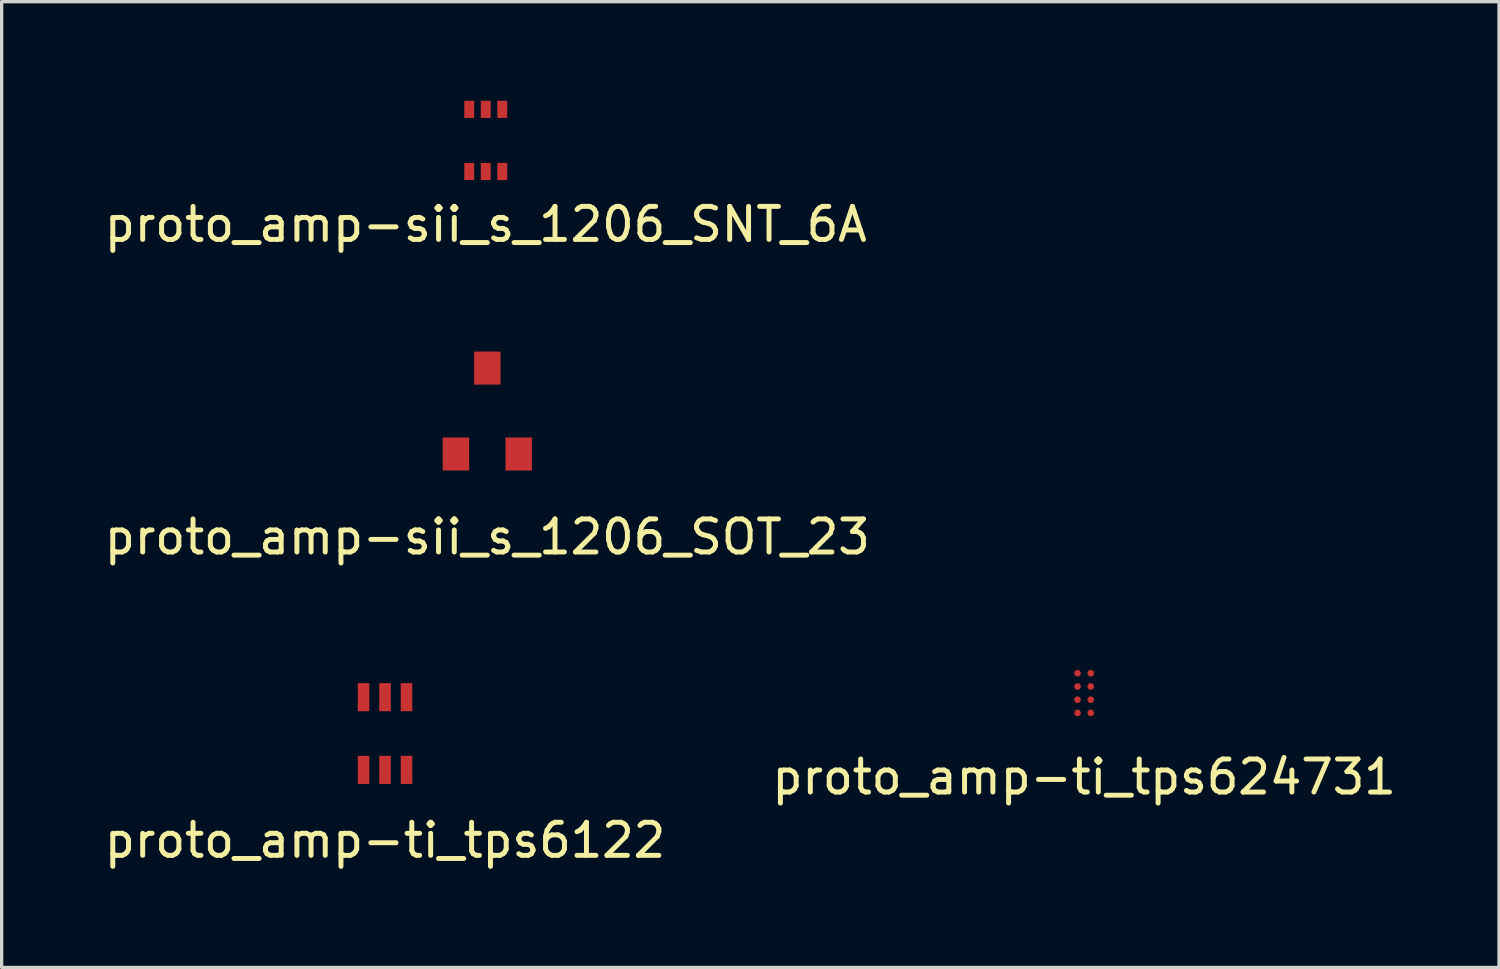
<source format=kicad_pcb>
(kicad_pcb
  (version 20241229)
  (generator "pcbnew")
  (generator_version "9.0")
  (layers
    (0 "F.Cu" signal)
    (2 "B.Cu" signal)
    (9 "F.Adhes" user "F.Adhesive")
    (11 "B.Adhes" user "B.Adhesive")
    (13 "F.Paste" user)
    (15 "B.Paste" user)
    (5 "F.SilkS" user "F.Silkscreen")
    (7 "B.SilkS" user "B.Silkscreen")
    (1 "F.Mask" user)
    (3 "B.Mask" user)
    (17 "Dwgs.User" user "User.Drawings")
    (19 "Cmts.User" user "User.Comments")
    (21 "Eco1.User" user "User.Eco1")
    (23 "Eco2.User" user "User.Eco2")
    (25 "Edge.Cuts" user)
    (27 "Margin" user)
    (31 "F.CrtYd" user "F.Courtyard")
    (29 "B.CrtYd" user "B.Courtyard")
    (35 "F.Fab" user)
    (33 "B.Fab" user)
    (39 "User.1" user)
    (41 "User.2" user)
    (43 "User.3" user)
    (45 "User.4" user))
  (footprint "proto_amp-ti_tps6122"
    (layer "F.Cu")
    (at 8.601 17.297)
    (property "Reference" "proto_amp-ti_tps6122" (at 0 5.08 0) (layer "F.SilkS") (effects (font (size 1 1) (thickness 0.15))))
    (attr through_hole)
    (pad "1" smd rect (at -0.65 2.95) (size 0.35 0.85) (layers "F.Cu" "F.Mask" "F.Paste"))
    (pad "2" smd rect (at 0 2.95) (size 0.35 0.85) (layers "F.Cu" "F.Mask" "F.Paste"))
    (pad "3" smd rect (at 0.65 2.95) (size 0.35 0.85) (layers "F.Cu" "F.Mask" "F.Paste"))
    (pad "4" smd rect (at 0.65 0.75) (size 0.35 0.85) (layers "F.Cu" "F.Mask" "F.Paste"))
    (pad "5" smd rect (at 0 0.75) (size 0.35 0.85) (layers "F.Cu" "F.Mask" "F.Paste"))
    (pad "6" smd rect (at -0.65 0.75) (size 0.35 0.85) (layers "F.Cu" "F.Mask" "F.Paste")))
  (footprint "proto_amp-ti_tps624731"
    (layer "F.Cu")
    (at 29.756 17.922)
    (property "Reference" "proto_amp-ti_tps624731" (at 0 2.54 0) (layer "F.SilkS") (effects (font (size 1 1) (thickness 0.15))))
    (attr through_hole)
    (fp_line (start -0.45 -0.8) (end 0.45 -0.8) (stroke (width 0.15) (type solid)) (layer "Eco1.User"))
    (fp_line (start -0.45 0.8) (end -0.45 -0.8) (stroke (width 0.15) (type solid)) (layer "Eco1.User"))
    (fp_line (start 0.45 -0.8) (end 0.45 0.8) (stroke (width 0.15) (type solid)) (layer "Eco1.User"))
    (fp_line (start 0.45 0.8) (end -0.45 0.8) (stroke (width 0.15) (type solid)) (layer "Eco1.User"))
    (pad "A1" smd circle (at 0.2 0.6) (size 0.2 0.2) (layers "F.Cu" "F.Mask" "F.Paste"))
    (pad "A2" smd circle (at -0.2 0.6) (size 0.2 0.2) (layers "F.Cu" "F.Mask" "F.Paste"))
    (pad "B1" smd circle (at 0.2 0.2) (size 0.2 0.2) (layers "F.Cu" "F.Mask" "F.Paste"))
    (pad "B2" smd circle (at -0.2 0.2) (size 0.2 0.2) (layers "F.Cu" "F.Mask" "F.Paste"))
    (pad "C1" smd circle (at 0.2 -0.2) (size 0.2 0.2) (layers "F.Cu" "F.Mask" "F.Paste"))
    (pad "C2" smd circle (at -0.2 -0.2) (size 0.2 0.2) (layers "F.Cu" "F.Mask" "F.Paste"))
    (pad "D1" smd circle (at 0.2 -0.6) (size 0.2 0.2) (layers "F.Cu" "F.Mask" "F.Paste"))
    (pad "D2" smd circle (at -0.2 -0.6) (size 0.2 0.2) (layers "F.Cu" "F.Mask" "F.Paste")))
  (footprint "proto_amp-sii_s_1206_SOT_23"
    (layer "F.Cu")
    (at 11.696 9.388)
    (property "Reference" "proto_amp-sii_s_1206_SOT_23" (at 0 3.81 0) (layer "F.SilkS") (effects (font (size 1 1) (thickness 0.15))))
    (attr through_hole)
    (fp_line (start -1.45 -0.8) (end 1.45 -0.8) (stroke (width 0.15) (type solid)) (layer "Eco1.User"))
    (fp_line (start -1.45 0.8) (end -1.45 -0.8) (stroke (width 0.15) (type solid)) (layer "Eco1.User"))
    (fp_line (start 1.45 -0.8) (end 1.45 0.8) (stroke (width 0.15) (type solid)) (layer "Eco1.User"))
    (fp_line (start 1.45 0.8) (end -1.45 0.8) (stroke (width 0.15) (type solid)) (layer "Eco1.User"))
    (pad "1" smd rect (at 0 -1.3) (size 0.8 1) (layers "F.Cu" "F.Mask" "F.Paste"))
    (pad "2" smd rect (at -0.95 1.3) (size 0.8 1) (layers "F.Cu" "F.Mask" "F.Paste"))
    (pad "3" smd rect (at 0.95 1.3) (size 0.8 1) (layers "F.Cu" "F.Mask" "F.Paste")))
  (footprint "proto_amp-sii_s_1206_SNT_6A"
    (layer "F.Cu")
    (at 11.649 1.2)
    (property "Reference" "proto_amp-sii_s_1206_SNT_6A" (at 0 2.54 0) (layer "F.SilkS") (effects (font (size 1 1) (thickness 0.15))))
    (attr through_hole)
    (fp_line (start -0.79 -0.8) (end 0.78 -0.8) (stroke (width 0.15) (type solid)) (layer "Eco1.User"))
    (fp_line (start -0.79 0.8) (end -0.79 -0.8) (stroke (width 0.15) (type solid)) (layer "Eco1.User"))
    (fp_line (start 0.78 -0.8) (end 0.78 0.8) (stroke (width 0.15) (type solid)) (layer "Eco1.User"))
    (fp_line (start 0.78 0.8) (end -0.79 0.8) (stroke (width 0.15) (type solid)) (layer "Eco1.User"))
    (pad "1" smd rect (at -0.5 0.94) (size 0.3 0.52) (layers "F.Cu" "F.Mask" "F.Paste"))
    (pad "2" smd rect (at 0 0.94) (size 0.3 0.52) (layers "F.Cu" "F.Mask" "F.Paste"))
    (pad "3" smd rect (at 0.5 0.94) (size 0.3 0.52) (layers "F.Cu" "F.Mask" "F.Paste"))
    (pad "4" smd rect (at -0.5 -0.94) (size 0.3 0.52) (layers "F.Cu" "F.Mask" "F.Paste"))
    (pad "5" smd rect (at 0 -0.94) (size 0.3 0.52) (layers "F.Cu" "F.Mask" "F.Paste"))
    (pad "6" smd rect (at 0.5 -0.94) (size 0.3 0.52) (layers "F.Cu" "F.Mask" "F.Paste")))
  (gr_rect
    (start -3 -3)
    (end 42.31 26.225)
    (stroke (width 0.1) (type default))
    (fill no)
    (layer "Edge.Cuts")))
</source>
